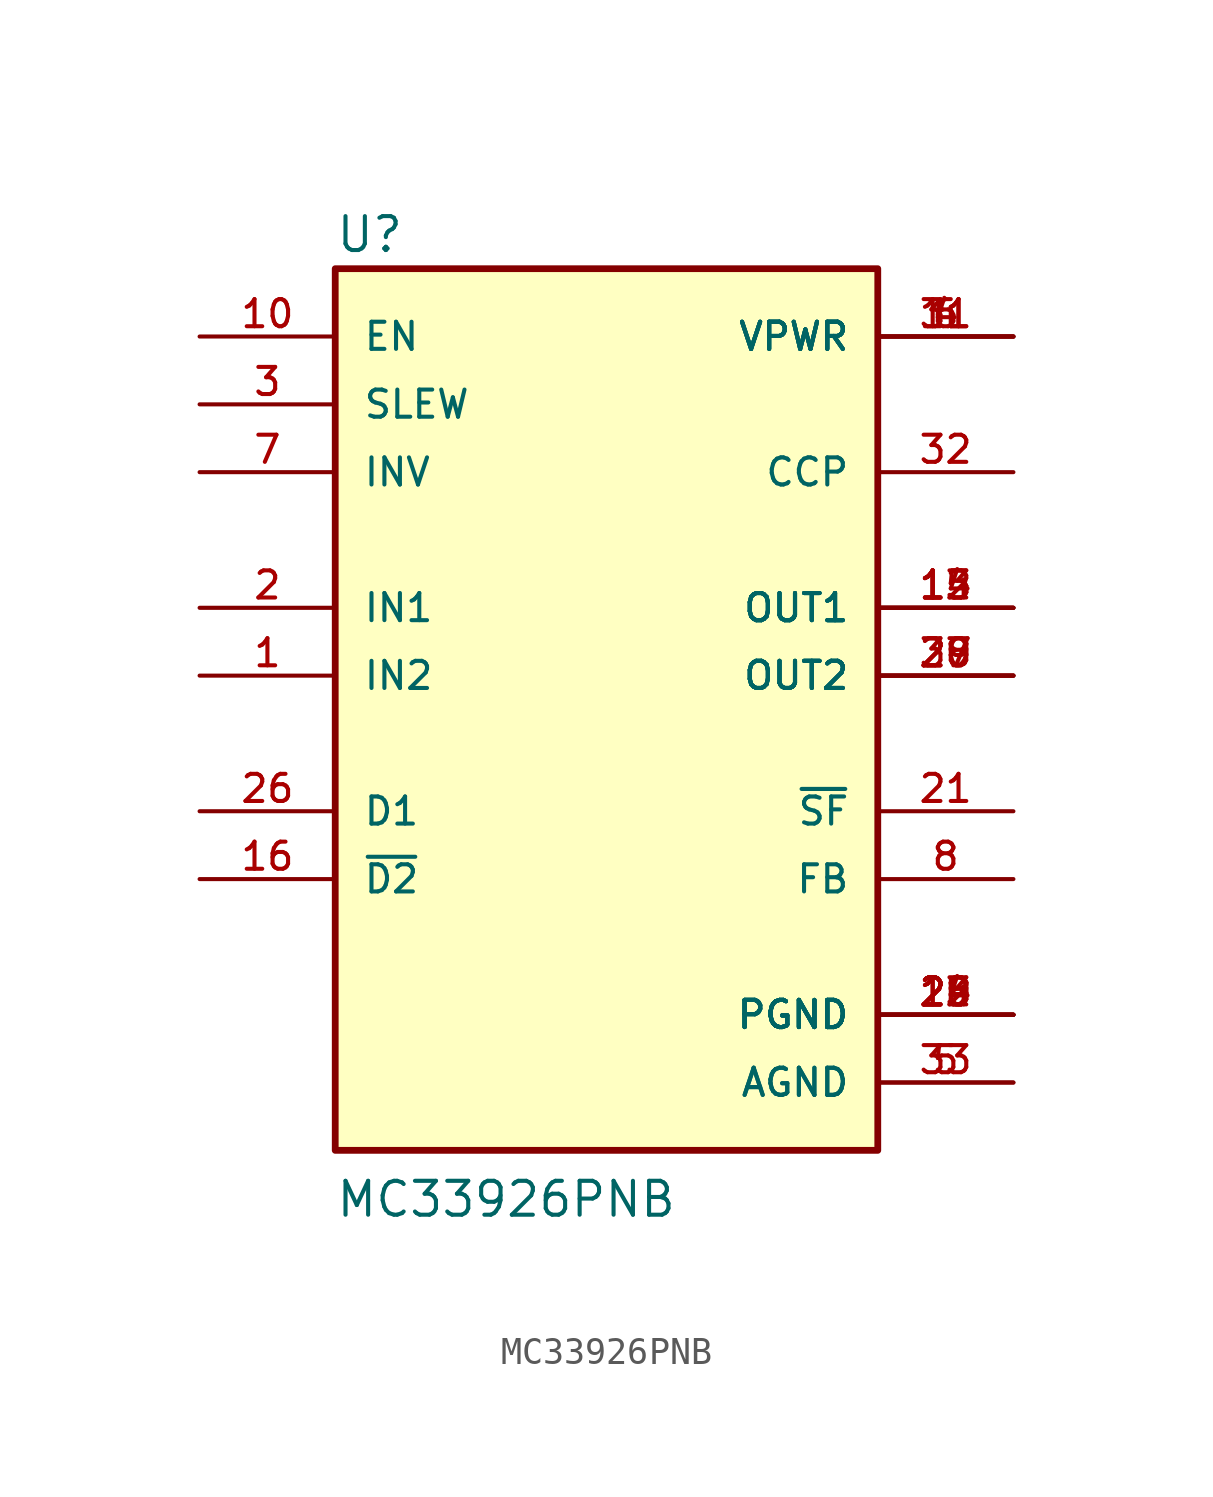
<source format=kicad_sym>
(kicad_symbol_lib
  (version 20211014)
  (generator kicad_symbol_editor)
  (symbol "MC33926PNB"
    (pin_names
      (offset 1.016))
    (property "Reference" "U"
      (at -10.178 15.776 0)
      (effects (font (size 1.27 1.27)) (justify bottom left)))
    (property "Value" "MC33926PNB"
      (at -10.177 -20.354 0)
      (effects (font (size 1.27 1.27)) (justify bottom left)))
    (symbol "MC33926PNB_0_0"
      (rectangle (start -10.16 -17.78) (end 10.16 15.24) (stroke (width 0.254)) (fill (type background)))
      (pin input line (at -15.24 2.54 0) (length 5.08) (name "IN1" (effects (font (size 1.016 1.016)))) (number "2" (effects (font (size 1.016 1.016)))))
      (pin input line (at -15.24 0.0 0) (length 5.08) (name "IN2" (effects (font (size 1.016 1.016)))) (number "1" (effects (font (size 1.016 1.016)))))
      (pin input line (at -15.24 10.16 0) (length 5.08) (name "SLEW" (effects (font (size 1.016 1.016)))) (number "3" (effects (font (size 1.016 1.016)))))
      (pin power_in line (at 15.24 12.7 180.0) (length 5.08) (name "VPWR" (effects (font (size 1.016 1.016)))) (number "4" (effects (font (size 1.016 1.016)))))
      (pin power_in line (at 15.24 12.7 180.0) (length 5.08) (name "VPWR" (effects (font (size 1.016 1.016)))) (number "6" (effects (font (size 1.016 1.016)))))
      (pin power_in line (at 15.24 12.7 180.0) (length 5.08) (name "VPWR" (effects (font (size 1.016 1.016)))) (number "11" (effects (font (size 1.016 1.016)))))
      (pin power_in line (at 15.24 12.7 180.0) (length 5.08) (name "VPWR" (effects (font (size 1.016 1.016)))) (number "31" (effects (font (size 1.016 1.016)))))
      (pin power_in line (at 15.24 -15.24 180.0) (length 5.08) (name "AGND" (effects (font (size 1.016 1.016)))) (number "5" (effects (font (size 1.016 1.016)))))
      (pin power_in line (at 15.24 -15.24 180.0) (length 5.08) (name "AGND" (effects (font (size 1.016 1.016)))) (number "33" (effects (font (size 1.016 1.016)))))
      (pin input line (at -15.24 7.62 0) (length 5.08) (name "INV" (effects (font (size 1.016 1.016)))) (number "7" (effects (font (size 1.016 1.016)))))
      (pin output line (at 15.24 -7.62 180.0) (length 5.08) (name "FB" (effects (font (size 1.016 1.016)))) (number "8" (effects (font (size 1.016 1.016)))))
      (pin input line (at -15.24 12.7 0) (length 5.08) (name "EN" (effects (font (size 1.016 1.016)))) (number "10" (effects (font (size 1.016 1.016)))))
      (pin output line (at 15.24 2.54 180.0) (length 5.08) (name "OUT1" (effects (font (size 1.016 1.016)))) (number "12" (effects (font (size 1.016 1.016)))))
      (pin output line (at 15.24 2.54 180.0) (length 5.08) (name "OUT1" (effects (font (size 1.016 1.016)))) (number "13" (effects (font (size 1.016 1.016)))))
      (pin output line (at 15.24 2.54 180.0) (length 5.08) (name "OUT1" (effects (font (size 1.016 1.016)))) (number "14" (effects (font (size 1.016 1.016)))))
      (pin output line (at 15.24 2.54 180.0) (length 5.08) (name "OUT1" (effects (font (size 1.016 1.016)))) (number "15" (effects (font (size 1.016 1.016)))))
      (pin input line (at -15.24 -7.62 0) (length 5.08) (name "~{D2}" (effects (font (size 1.016 1.016)))) (number "16" (effects (font (size 1.016 1.016)))))
      (pin power_in line (at 15.24 -12.7 180.0) (length 5.08) (name "PGND" (effects (font (size 1.016 1.016)))) (number "18" (effects (font (size 1.016 1.016)))))
      (pin power_in line (at 15.24 -12.7 180.0) (length 5.08) (name "PGND" (effects (font (size 1.016 1.016)))) (number "19" (effects (font (size 1.016 1.016)))))
      (pin power_in line (at 15.24 -12.7 180.0) (length 5.08) (name "PGND" (effects (font (size 1.016 1.016)))) (number "20" (effects (font (size 1.016 1.016)))))
      (pin power_in line (at 15.24 -12.7 180.0) (length 5.08) (name "PGND" (effects (font (size 1.016 1.016)))) (number "22" (effects (font (size 1.016 1.016)))))
      (pin power_in line (at 15.24 -12.7 180.0) (length 5.08) (name "PGND" (effects (font (size 1.016 1.016)))) (number "23" (effects (font (size 1.016 1.016)))))
      (pin power_in line (at 15.24 -12.7 180.0) (length 5.08) (name "PGND" (effects (font (size 1.016 1.016)))) (number "24" (effects (font (size 1.016 1.016)))))
      (pin output line (at 15.24 -5.08 180.0) (length 5.08) (name "~{SF}" (effects (font (size 1.016 1.016)))) (number "21" (effects (font (size 1.016 1.016)))))
      (pin input line (at -15.24 -5.08 0) (length 5.08) (name "D1" (effects (font (size 1.016 1.016)))) (number "26" (effects (font (size 1.016 1.016)))))
      (pin output line (at 15.24 0.0 180.0) (length 5.08) (name "OUT2" (effects (font (size 1.016 1.016)))) (number "27" (effects (font (size 1.016 1.016)))))
      (pin output line (at 15.24 0.0 180.0) (length 5.08) (name "OUT2" (effects (font (size 1.016 1.016)))) (number "28" (effects (font (size 1.016 1.016)))))
      (pin output line (at 15.24 0.0 180.0) (length 5.08) (name "OUT2" (effects (font (size 1.016 1.016)))) (number "29" (effects (font (size 1.016 1.016)))))
      (pin output line (at 15.24 0.0 180.0) (length 5.08) (name "OUT2" (effects (font (size 1.016 1.016)))) (number "30" (effects (font (size 1.016 1.016)))))
      (pin output line (at 15.24 7.62 180.0) (length 5.08) (name "CCP" (effects (font (size 1.016 1.016)))) (number "32" (effects (font (size 1.016 1.016))))))))
</source>
